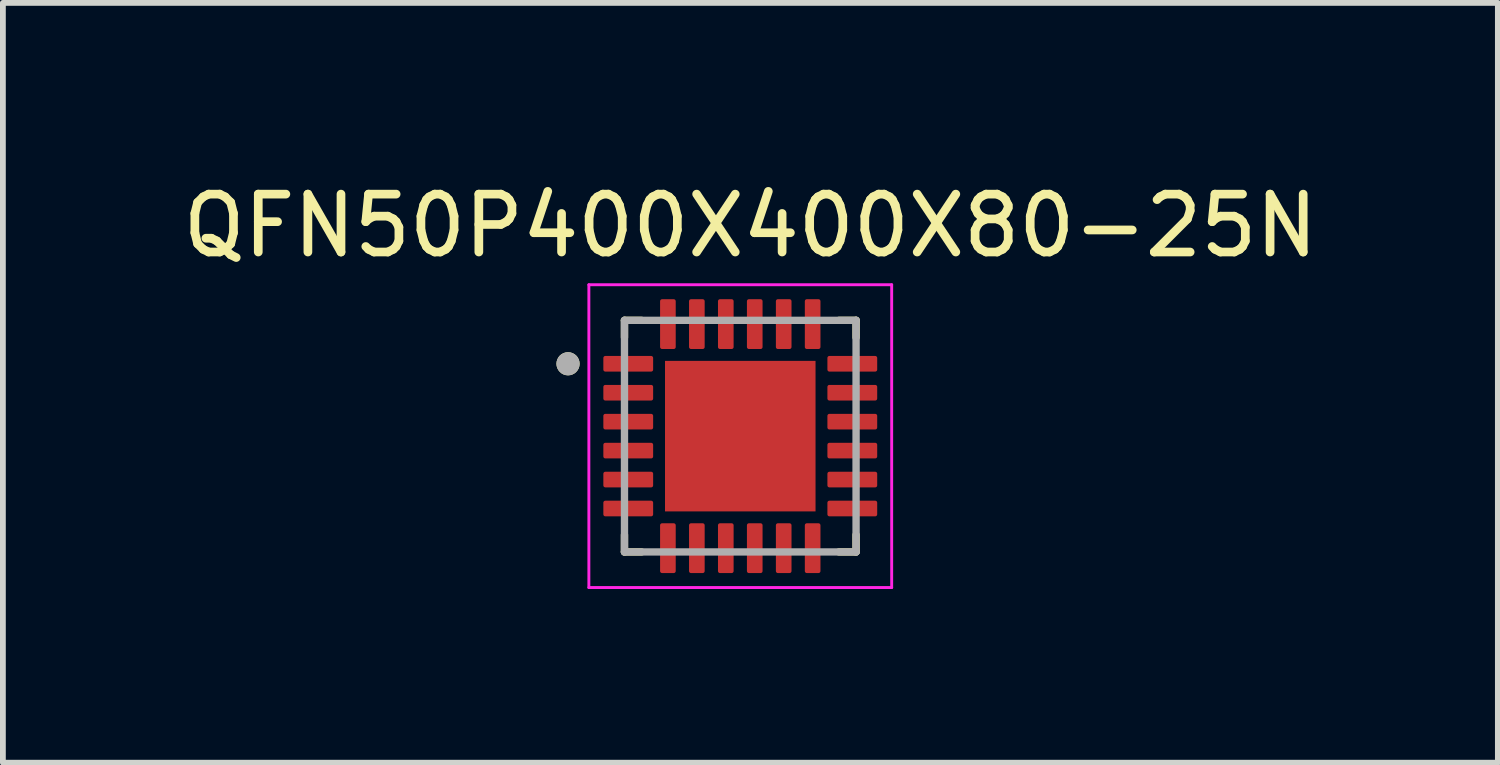
<source format=kicad_pcb>
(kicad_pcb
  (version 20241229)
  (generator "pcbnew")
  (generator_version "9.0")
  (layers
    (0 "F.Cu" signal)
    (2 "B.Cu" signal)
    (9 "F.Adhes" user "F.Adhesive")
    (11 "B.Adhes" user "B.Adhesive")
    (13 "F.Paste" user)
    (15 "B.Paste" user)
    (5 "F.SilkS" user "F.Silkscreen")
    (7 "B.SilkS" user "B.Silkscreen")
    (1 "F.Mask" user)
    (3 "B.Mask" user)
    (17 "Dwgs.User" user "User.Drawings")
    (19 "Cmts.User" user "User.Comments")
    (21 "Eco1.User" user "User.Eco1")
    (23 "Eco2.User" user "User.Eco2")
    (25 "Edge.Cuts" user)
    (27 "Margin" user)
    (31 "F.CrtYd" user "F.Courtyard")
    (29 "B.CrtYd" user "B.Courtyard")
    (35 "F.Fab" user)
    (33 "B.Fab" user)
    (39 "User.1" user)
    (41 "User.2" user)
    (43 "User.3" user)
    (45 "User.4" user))
  (footprint "QFN50P400X400X80-25N"
    (layer "F.Cu")
    (at 9.736 4.483)
    (property "Reference" "QFN50P400X400X80-25N" (at 0.175 -3.635 0) (layer "F.SilkS") (effects (font (size 1 1) (thickness 0.15))))
    (attr smd)
    (fp_line (start -2 -2) (end -2 -1.705) (stroke (width 0.127) (type solid)) (layer "F.SilkS"))
    (fp_line (start -2 -2) (end -1.705 -2) (stroke (width 0.127) (type solid)) (layer "F.SilkS"))
    (fp_line (start -2 2) (end -2 1.705) (stroke (width 0.127) (type solid)) (layer "F.SilkS"))
    (fp_line (start -2 2) (end -1.705 2) (stroke (width 0.127) (type solid)) (layer "F.SilkS"))
    (fp_line (start 2 -2) (end 1.705 -2) (stroke (width 0.127) (type solid)) (layer "F.SilkS"))
    (fp_line (start 2 -2) (end 2 -1.705) (stroke (width 0.127) (type solid)) (layer "F.SilkS"))
    (fp_line (start 2 2) (end 1.705 2) (stroke (width 0.127) (type solid)) (layer "F.SilkS"))
    (fp_line (start 2 2) (end 2 1.705) (stroke (width 0.127) (type solid)) (layer "F.SilkS"))
    (fp_circle (center -2.975 -1.25) (end -2.875 -1.25) (stroke (width 0.2) (type solid)) (fill no) (layer "F.SilkS"))
    (fp_poly (pts (xy -0.82 -0.82) (xy 0.82 -0.82) (xy 0.82 0.82) (xy -0.82 0.82)) (stroke (width 0.01) (type solid)) (fill yes) (layer "F.Paste"))
    (fp_line (start -2.615 -2.615) (end 2.615 -2.615) (stroke (width 0.05) (type solid)) (layer "F.CrtYd"))
    (fp_line (start -2.615 2.615) (end -2.615 -2.615) (stroke (width 0.05) (type solid)) (layer "F.CrtYd"))
    (fp_line (start -2.615 2.615) (end 2.615 2.615) (stroke (width 0.05) (type solid)) (layer "F.CrtYd"))
    (fp_line (start 2.615 2.615) (end 2.615 -2.615) (stroke (width 0.05) (type solid)) (layer "F.CrtYd"))
    (fp_line (start -2 2) (end -2 -2) (stroke (width 0.127) (type solid)) (layer "F.Fab"))
    (fp_line (start 2 -2) (end -2 -2) (stroke (width 0.127) (type solid)) (layer "F.Fab"))
    (fp_line (start 2 2) (end -2 2) (stroke (width 0.127) (type solid)) (layer "F.Fab"))
    (fp_line (start 2 2) (end 2 -2) (stroke (width 0.127) (type solid)) (layer "F.Fab"))
    (fp_circle (center -2.975 -1.25) (end -2.875 -1.25) (stroke (width 0.2) (type solid)) (fill no) (layer "F.Fab"))
    (pad "1" smd roundrect (at -1.935 -1.25) (size 0.86 0.27) (layers "F.Cu" "F.Mask" "F.Paste") (roundrect_rratio 0.125))
    (pad "2" smd roundrect (at -1.935 -0.75) (size 0.86 0.27) (layers "F.Cu" "F.Mask" "F.Paste") (roundrect_rratio 0.125))
    (pad "3" smd roundrect (at -1.935 -0.25) (size 0.86 0.27) (layers "F.Cu" "F.Mask" "F.Paste") (roundrect_rratio 0.125))
    (pad "4" smd roundrect (at -1.935 0.25) (size 0.86 0.27) (layers "F.Cu" "F.Mask" "F.Paste") (roundrect_rratio 0.125))
    (pad "5" smd roundrect (at -1.935 0.75) (size 0.86 0.27) (layers "F.Cu" "F.Mask" "F.Paste") (roundrect_rratio 0.125))
    (pad "6" smd roundrect (at -1.935 1.25) (size 0.86 0.27) (layers "F.Cu" "F.Mask" "F.Paste") (roundrect_rratio 0.125))
    (pad "7" smd roundrect (at -1.25 1.935) (size 0.27 0.86) (layers "F.Cu" "F.Mask" "F.Paste") (roundrect_rratio 0.125))
    (pad "8" smd roundrect (at -0.75 1.935) (size 0.27 0.86) (layers "F.Cu" "F.Mask" "F.Paste") (roundrect_rratio 0.125))
    (pad "9" smd roundrect (at -0.25 1.935) (size 0.27 0.86) (layers "F.Cu" "F.Mask" "F.Paste") (roundrect_rratio 0.125))
    (pad "10" smd roundrect (at 0.25 1.935) (size 0.27 0.86) (layers "F.Cu" "F.Mask" "F.Paste") (roundrect_rratio 0.125))
    (pad "11" smd roundrect (at 0.75 1.935) (size 0.27 0.86) (layers "F.Cu" "F.Mask" "F.Paste") (roundrect_rratio 0.125))
    (pad "12" smd roundrect (at 1.25 1.935) (size 0.27 0.86) (layers "F.Cu" "F.Mask" "F.Paste") (roundrect_rratio 0.125))
    (pad "13" smd roundrect (at 1.935 1.25) (size 0.86 0.27) (layers "F.Cu" "F.Mask" "F.Paste") (roundrect_rratio 0.125))
    (pad "14" smd roundrect (at 1.935 0.75) (size 0.86 0.27) (layers "F.Cu" "F.Mask" "F.Paste") (roundrect_rratio 0.125))
    (pad "15" smd roundrect (at 1.935 0.25) (size 0.86 0.27) (layers "F.Cu" "F.Mask" "F.Paste") (roundrect_rratio 0.125))
    (pad "16" smd roundrect (at 1.935 -0.25) (size 0.86 0.27) (layers "F.Cu" "F.Mask" "F.Paste") (roundrect_rratio 0.125))
    (pad "17" smd roundrect (at 1.935 -0.75) (size 0.86 0.27) (layers "F.Cu" "F.Mask" "F.Paste") (roundrect_rratio 0.125))
    (pad "18" smd roundrect (at 1.935 -1.25) (size 0.86 0.27) (layers "F.Cu" "F.Mask" "F.Paste") (roundrect_rratio 0.125))
    (pad "19" smd roundrect (at 1.25 -1.935) (size 0.27 0.86) (layers "F.Cu" "F.Mask" "F.Paste") (roundrect_rratio 0.125))
    (pad "20" smd roundrect (at 0.75 -1.935) (size 0.27 0.86) (layers "F.Cu" "F.Mask" "F.Paste") (roundrect_rratio 0.125))
    (pad "21" smd roundrect (at 0.25 -1.935) (size 0.27 0.86) (layers "F.Cu" "F.Mask" "F.Paste") (roundrect_rratio 0.125))
    (pad "22" smd roundrect (at -0.25 -1.935) (size 0.27 0.86) (layers "F.Cu" "F.Mask" "F.Paste") (roundrect_rratio 0.125))
    (pad "23" smd roundrect (at -0.75 -1.935) (size 0.27 0.86) (layers "F.Cu" "F.Mask" "F.Paste") (roundrect_rratio 0.125))
    (pad "24" smd roundrect (at -1.25 -1.935) (size 0.27 0.86) (layers "F.Cu" "F.Mask" "F.Paste") (roundrect_rratio 0.125))
    (pad "25" smd rect (at 0 0) (size 2.6 2.6) (layers "F.Cu" "F.Mask")))
  (gr_rect
    (start -3 -3)
    (end 22.821 10.123)
    (stroke (width 0.1) (type default))
    (fill no)
    (layer "Edge.Cuts")))
</source>
